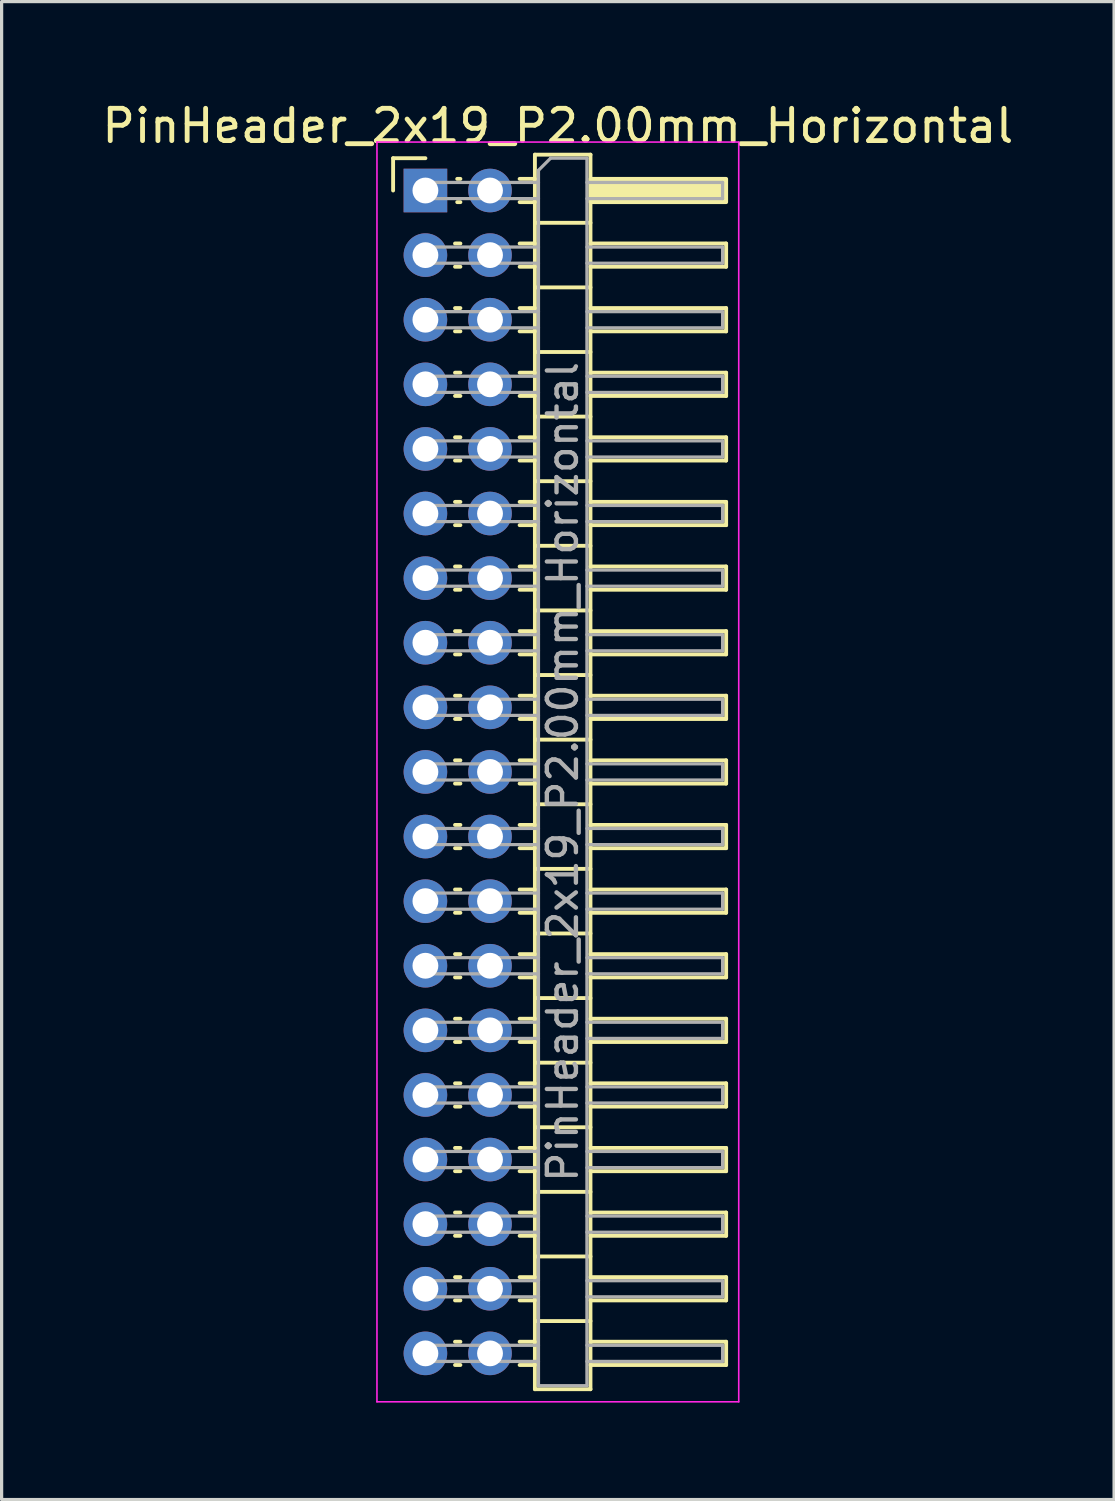
<source format=kicad_pcb>
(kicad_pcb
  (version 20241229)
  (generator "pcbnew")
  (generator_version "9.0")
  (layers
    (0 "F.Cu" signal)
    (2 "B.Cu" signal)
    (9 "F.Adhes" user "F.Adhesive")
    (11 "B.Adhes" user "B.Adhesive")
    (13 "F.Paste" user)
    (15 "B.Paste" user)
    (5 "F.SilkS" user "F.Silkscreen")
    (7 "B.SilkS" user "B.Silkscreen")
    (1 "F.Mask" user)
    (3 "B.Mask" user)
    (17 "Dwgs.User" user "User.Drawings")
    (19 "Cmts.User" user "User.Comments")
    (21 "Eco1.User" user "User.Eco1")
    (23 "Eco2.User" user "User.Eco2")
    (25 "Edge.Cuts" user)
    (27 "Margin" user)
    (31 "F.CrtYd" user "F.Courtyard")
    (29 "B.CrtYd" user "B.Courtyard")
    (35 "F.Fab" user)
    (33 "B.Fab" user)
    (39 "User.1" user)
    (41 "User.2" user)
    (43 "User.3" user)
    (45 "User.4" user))
  (footprint "PinHeader_2x19_P2.00mm_Horizontal"
    (layer "F.Cu")
    (at 10.12 2.848)
    (property "Reference" "PinHeader_2x19_P2.00mm_Horizontal" (at 4.1 -2 0) (layer "F.SilkS") (effects (font (size 1 1) (thickness 0.15))))
    (attr through_hole)
    (fp_line (start -1 -1) (end 0 -1) (stroke (width 0.12) (type solid)) (layer "F.SilkS"))
    (fp_line (start -1 0) (end -1 -1) (stroke (width 0.12) (type solid)) (layer "F.SilkS"))
    (fp_line (start 0.917 1.64) (end 1.083 1.64) (stroke (width 0.12) (type solid)) (layer "F.SilkS"))
    (fp_line (start 0.917 2.36) (end 1.083 2.36) (stroke (width 0.12) (type solid)) (layer "F.SilkS"))
    (fp_line (start 0.917 3.64) (end 1.083 3.64) (stroke (width 0.12) (type solid)) (layer "F.SilkS"))
    (fp_line (start 0.917 4.36) (end 1.083 4.36) (stroke (width 0.12) (type solid)) (layer "F.SilkS"))
    (fp_line (start 0.917 5.64) (end 1.083 5.64) (stroke (width 0.12) (type solid)) (layer "F.SilkS"))
    (fp_line (start 0.917 6.36) (end 1.083 6.36) (stroke (width 0.12) (type solid)) (layer "F.SilkS"))
    (fp_line (start 0.917 7.64) (end 1.083 7.64) (stroke (width 0.12) (type solid)) (layer "F.SilkS"))
    (fp_line (start 0.917 8.36) (end 1.083 8.36) (stroke (width 0.12) (type solid)) (layer "F.SilkS"))
    (fp_line (start 0.917 9.64) (end 1.083 9.64) (stroke (width 0.12) (type solid)) (layer "F.SilkS"))
    (fp_line (start 0.917 10.36) (end 1.083 10.36) (stroke (width 0.12) (type solid)) (layer "F.SilkS"))
    (fp_line (start 0.917 11.64) (end 1.083 11.64) (stroke (width 0.12) (type solid)) (layer "F.SilkS"))
    (fp_line (start 0.917 12.36) (end 1.083 12.36) (stroke (width 0.12) (type solid)) (layer "F.SilkS"))
    (fp_line (start 0.917 13.64) (end 1.083 13.64) (stroke (width 0.12) (type solid)) (layer "F.SilkS"))
    (fp_line (start 0.917 14.36) (end 1.083 14.36) (stroke (width 0.12) (type solid)) (layer "F.SilkS"))
    (fp_line (start 0.917 15.64) (end 1.083 15.64) (stroke (width 0.12) (type solid)) (layer "F.SilkS"))
    (fp_line (start 0.917 16.36) (end 1.083 16.36) (stroke (width 0.12) (type solid)) (layer "F.SilkS"))
    (fp_line (start 0.917 17.64) (end 1.083 17.64) (stroke (width 0.12) (type solid)) (layer "F.SilkS"))
    (fp_line (start 0.917 18.36) (end 1.083 18.36) (stroke (width 0.12) (type solid)) (layer "F.SilkS"))
    (fp_line (start 0.917 19.64) (end 1.083 19.64) (stroke (width 0.12) (type solid)) (layer "F.SilkS"))
    (fp_line (start 0.917 20.36) (end 1.083 20.36) (stroke (width 0.12) (type solid)) (layer "F.SilkS"))
    (fp_line (start 0.917 21.64) (end 1.083 21.64) (stroke (width 0.12) (type solid)) (layer "F.SilkS"))
    (fp_line (start 0.917 22.36) (end 1.083 22.36) (stroke (width 0.12) (type solid)) (layer "F.SilkS"))
    (fp_line (start 0.917 23.64) (end 1.083 23.64) (stroke (width 0.12) (type solid)) (layer "F.SilkS"))
    (fp_line (start 0.917 24.36) (end 1.083 24.36) (stroke (width 0.12) (type solid)) (layer "F.SilkS"))
    (fp_line (start 0.917 25.64) (end 1.083 25.64) (stroke (width 0.12) (type solid)) (layer "F.SilkS"))
    (fp_line (start 0.917 26.36) (end 1.083 26.36) (stroke (width 0.12) (type solid)) (layer "F.SilkS"))
    (fp_line (start 0.917 27.64) (end 1.083 27.64) (stroke (width 0.12) (type solid)) (layer "F.SilkS"))
    (fp_line (start 0.917 28.36) (end 1.083 28.36) (stroke (width 0.12) (type solid)) (layer "F.SilkS"))
    (fp_line (start 0.917 29.64) (end 1.083 29.64) (stroke (width 0.12) (type solid)) (layer "F.SilkS"))
    (fp_line (start 0.917 30.36) (end 1.083 30.36) (stroke (width 0.12) (type solid)) (layer "F.SilkS"))
    (fp_line (start 0.917 31.64) (end 1.083 31.64) (stroke (width 0.12) (type solid)) (layer "F.SilkS"))
    (fp_line (start 0.917 32.36) (end 1.083 32.36) (stroke (width 0.12) (type solid)) (layer "F.SilkS"))
    (fp_line (start 0.917 33.64) (end 1.083 33.64) (stroke (width 0.12) (type solid)) (layer "F.SilkS"))
    (fp_line (start 0.917 34.36) (end 1.083 34.36) (stroke (width 0.12) (type solid)) (layer "F.SilkS"))
    (fp_line (start 0.917 35.64) (end 1.083 35.64) (stroke (width 0.12) (type solid)) (layer "F.SilkS"))
    (fp_line (start 0.917 36.36) (end 1.083 36.36) (stroke (width 0.12) (type solid)) (layer "F.SilkS"))
    (fp_line (start 0.985 -0.36) (end 1.083 -0.36) (stroke (width 0.12) (type solid)) (layer "F.SilkS"))
    (fp_line (start 0.985 0.36) (end 1.083 0.36) (stroke (width 0.12) (type solid)) (layer "F.SilkS"))
    (fp_line (start 2.917 -0.36) (end 3.39 -0.36) (stroke (width 0.12) (type solid)) (layer "F.SilkS"))
    (fp_line (start 2.917 0.36) (end 3.39 0.36) (stroke (width 0.12) (type solid)) (layer "F.SilkS"))
    (fp_line (start 2.917 1.64) (end 3.39 1.64) (stroke (width 0.12) (type solid)) (layer "F.SilkS"))
    (fp_line (start 2.917 2.36) (end 3.39 2.36) (stroke (width 0.12) (type solid)) (layer "F.SilkS"))
    (fp_line (start 2.917 3.64) (end 3.39 3.64) (stroke (width 0.12) (type solid)) (layer "F.SilkS"))
    (fp_line (start 2.917 4.36) (end 3.39 4.36) (stroke (width 0.12) (type solid)) (layer "F.SilkS"))
    (fp_line (start 2.917 5.64) (end 3.39 5.64) (stroke (width 0.12) (type solid)) (layer "F.SilkS"))
    (fp_line (start 2.917 6.36) (end 3.39 6.36) (stroke (width 0.12) (type solid)) (layer "F.SilkS"))
    (fp_line (start 2.917 7.64) (end 3.39 7.64) (stroke (width 0.12) (type solid)) (layer "F.SilkS"))
    (fp_line (start 2.917 8.36) (end 3.39 8.36) (stroke (width 0.12) (type solid)) (layer "F.SilkS"))
    (fp_line (start 2.917 9.64) (end 3.39 9.64) (stroke (width 0.12) (type solid)) (layer "F.SilkS"))
    (fp_line (start 2.917 10.36) (end 3.39 10.36) (stroke (width 0.12) (type solid)) (layer "F.SilkS"))
    (fp_line (start 2.917 11.64) (end 3.39 11.64) (stroke (width 0.12) (type solid)) (layer "F.SilkS"))
    (fp_line (start 2.917 12.36) (end 3.39 12.36) (stroke (width 0.12) (type solid)) (layer "F.SilkS"))
    (fp_line (start 2.917 13.64) (end 3.39 13.64) (stroke (width 0.12) (type solid)) (layer "F.SilkS"))
    (fp_line (start 2.917 14.36) (end 3.39 14.36) (stroke (width 0.12) (type solid)) (layer "F.SilkS"))
    (fp_line (start 2.917 15.64) (end 3.39 15.64) (stroke (width 0.12) (type solid)) (layer "F.SilkS"))
    (fp_line (start 2.917 16.36) (end 3.39 16.36) (stroke (width 0.12) (type solid)) (layer "F.SilkS"))
    (fp_line (start 2.917 17.64) (end 3.39 17.64) (stroke (width 0.12) (type solid)) (layer "F.SilkS"))
    (fp_line (start 2.917 18.36) (end 3.39 18.36) (stroke (width 0.12) (type solid)) (layer "F.SilkS"))
    (fp_line (start 2.917 19.64) (end 3.39 19.64) (stroke (width 0.12) (type solid)) (layer "F.SilkS"))
    (fp_line (start 2.917 20.36) (end 3.39 20.36) (stroke (width 0.12) (type solid)) (layer "F.SilkS"))
    (fp_line (start 2.917 21.64) (end 3.39 21.64) (stroke (width 0.12) (type solid)) (layer "F.SilkS"))
    (fp_line (start 2.917 22.36) (end 3.39 22.36) (stroke (width 0.12) (type solid)) (layer "F.SilkS"))
    (fp_line (start 2.917 23.64) (end 3.39 23.64) (stroke (width 0.12) (type solid)) (layer "F.SilkS"))
    (fp_line (start 2.917 24.36) (end 3.39 24.36) (stroke (width 0.12) (type solid)) (layer "F.SilkS"))
    (fp_line (start 2.917 25.64) (end 3.39 25.64) (stroke (width 0.12) (type solid)) (layer "F.SilkS"))
    (fp_line (start 2.917 26.36) (end 3.39 26.36) (stroke (width 0.12) (type solid)) (layer "F.SilkS"))
    (fp_line (start 2.917 27.64) (end 3.39 27.64) (stroke (width 0.12) (type solid)) (layer "F.SilkS"))
    (fp_line (start 2.917 28.36) (end 3.39 28.36) (stroke (width 0.12) (type solid)) (layer "F.SilkS"))
    (fp_line (start 2.917 29.64) (end 3.39 29.64) (stroke (width 0.12) (type solid)) (layer "F.SilkS"))
    (fp_line (start 2.917 30.36) (end 3.39 30.36) (stroke (width 0.12) (type solid)) (layer "F.SilkS"))
    (fp_line (start 2.917 31.64) (end 3.39 31.64) (stroke (width 0.12) (type solid)) (layer "F.SilkS"))
    (fp_line (start 2.917 32.36) (end 3.39 32.36) (stroke (width 0.12) (type solid)) (layer "F.SilkS"))
    (fp_line (start 2.917 33.64) (end 3.39 33.64) (stroke (width 0.12) (type solid)) (layer "F.SilkS"))
    (fp_line (start 2.917 34.36) (end 3.39 34.36) (stroke (width 0.12) (type solid)) (layer "F.SilkS"))
    (fp_line (start 2.917 35.64) (end 3.39 35.64) (stroke (width 0.12) (type solid)) (layer "F.SilkS"))
    (fp_line (start 2.917 36.36) (end 3.39 36.36) (stroke (width 0.12) (type solid)) (layer "F.SilkS"))
    (fp_line (start 3.39 -1.11) (end 3.39 37.11) (stroke (width 0.12) (type solid)) (layer "F.SilkS"))
    (fp_line (start 3.39 1) (end 5.11 1) (stroke (width 0.12) (type solid)) (layer "F.SilkS"))
    (fp_line (start 3.39 3) (end 5.11 3) (stroke (width 0.12) (type solid)) (layer "F.SilkS"))
    (fp_line (start 3.39 5) (end 5.11 5) (stroke (width 0.12) (type solid)) (layer "F.SilkS"))
    (fp_line (start 3.39 7) (end 5.11 7) (stroke (width 0.12) (type solid)) (layer "F.SilkS"))
    (fp_line (start 3.39 9) (end 5.11 9) (stroke (width 0.12) (type solid)) (layer "F.SilkS"))
    (fp_line (start 3.39 11) (end 5.11 11) (stroke (width 0.12) (type solid)) (layer "F.SilkS"))
    (fp_line (start 3.39 13) (end 5.11 13) (stroke (width 0.12) (type solid)) (layer "F.SilkS"))
    (fp_line (start 3.39 15) (end 5.11 15) (stroke (width 0.12) (type solid)) (layer "F.SilkS"))
    (fp_line (start 3.39 17) (end 5.11 17) (stroke (width 0.12) (type solid)) (layer "F.SilkS"))
    (fp_line (start 3.39 19) (end 5.11 19) (stroke (width 0.12) (type solid)) (layer "F.SilkS"))
    (fp_line (start 3.39 21) (end 5.11 21) (stroke (width 0.12) (type solid)) (layer "F.SilkS"))
    (fp_line (start 3.39 23) (end 5.11 23) (stroke (width 0.12) (type solid)) (layer "F.SilkS"))
    (fp_line (start 3.39 25) (end 5.11 25) (stroke (width 0.12) (type solid)) (layer "F.SilkS"))
    (fp_line (start 3.39 27) (end 5.11 27) (stroke (width 0.12) (type solid)) (layer "F.SilkS"))
    (fp_line (start 3.39 29) (end 5.11 29) (stroke (width 0.12) (type solid)) (layer "F.SilkS"))
    (fp_line (start 3.39 31) (end 5.11 31) (stroke (width 0.12) (type solid)) (layer "F.SilkS"))
    (fp_line (start 3.39 33) (end 5.11 33) (stroke (width 0.12) (type solid)) (layer "F.SilkS"))
    (fp_line (start 3.39 35) (end 5.11 35) (stroke (width 0.12) (type solid)) (layer "F.SilkS"))
    (fp_line (start 3.39 37.11) (end 5.11 37.11) (stroke (width 0.12) (type solid)) (layer "F.SilkS"))
    (fp_line (start 5.11 -1.11) (end 3.39 -1.11) (stroke (width 0.12) (type solid)) (layer "F.SilkS"))
    (fp_line (start 5.11 1.64) (end 9.31 1.64) (stroke (width 0.12) (type solid)) (layer "F.SilkS"))
    (fp_line (start 5.11 3.64) (end 9.31 3.64) (stroke (width 0.12) (type solid)) (layer "F.SilkS"))
    (fp_line (start 5.11 5.64) (end 9.31 5.64) (stroke (width 0.12) (type solid)) (layer "F.SilkS"))
    (fp_line (start 5.11 7.64) (end 9.31 7.64) (stroke (width 0.12) (type solid)) (layer "F.SilkS"))
    (fp_line (start 5.11 9.64) (end 9.31 9.64) (stroke (width 0.12) (type solid)) (layer "F.SilkS"))
    (fp_line (start 5.11 11.64) (end 9.31 11.64) (stroke (width 0.12) (type solid)) (layer "F.SilkS"))
    (fp_line (start 5.11 13.64) (end 9.31 13.64) (stroke (width 0.12) (type solid)) (layer "F.SilkS"))
    (fp_line (start 5.11 15.64) (end 9.31 15.64) (stroke (width 0.12) (type solid)) (layer "F.SilkS"))
    (fp_line (start 5.11 17.64) (end 9.31 17.64) (stroke (width 0.12) (type solid)) (layer "F.SilkS"))
    (fp_line (start 5.11 19.64) (end 9.31 19.64) (stroke (width 0.12) (type solid)) (layer "F.SilkS"))
    (fp_line (start 5.11 21.64) (end 9.31 21.64) (stroke (width 0.12) (type solid)) (layer "F.SilkS"))
    (fp_line (start 5.11 23.64) (end 9.31 23.64) (stroke (width 0.12) (type solid)) (layer "F.SilkS"))
    (fp_line (start 5.11 25.64) (end 9.31 25.64) (stroke (width 0.12) (type solid)) (layer "F.SilkS"))
    (fp_line (start 5.11 27.64) (end 9.31 27.64) (stroke (width 0.12) (type solid)) (layer "F.SilkS"))
    (fp_line (start 5.11 29.64) (end 9.31 29.64) (stroke (width 0.12) (type solid)) (layer "F.SilkS"))
    (fp_line (start 5.11 31.64) (end 9.31 31.64) (stroke (width 0.12) (type solid)) (layer "F.SilkS"))
    (fp_line (start 5.11 33.64) (end 9.31 33.64) (stroke (width 0.12) (type solid)) (layer "F.SilkS"))
    (fp_line (start 5.11 35.64) (end 9.31 35.64) (stroke (width 0.12) (type solid)) (layer "F.SilkS"))
    (fp_line (start 5.11 37.11) (end 5.11 -1.11) (stroke (width 0.12) (type solid)) (layer "F.SilkS"))
    (fp_line (start 9.31 1.64) (end 9.31 2.36) (stroke (width 0.12) (type solid)) (layer "F.SilkS"))
    (fp_line (start 9.31 2.36) (end 5.11 2.36) (stroke (width 0.12) (type solid)) (layer "F.SilkS"))
    (fp_line (start 9.31 3.64) (end 9.31 4.36) (stroke (width 0.12) (type solid)) (layer "F.SilkS"))
    (fp_line (start 9.31 4.36) (end 5.11 4.36) (stroke (width 0.12) (type solid)) (layer "F.SilkS"))
    (fp_line (start 9.31 5.64) (end 9.31 6.36) (stroke (width 0.12) (type solid)) (layer "F.SilkS"))
    (fp_line (start 9.31 6.36) (end 5.11 6.36) (stroke (width 0.12) (type solid)) (layer "F.SilkS"))
    (fp_line (start 9.31 7.64) (end 9.31 8.36) (stroke (width 0.12) (type solid)) (layer "F.SilkS"))
    (fp_line (start 9.31 8.36) (end 5.11 8.36) (stroke (width 0.12) (type solid)) (layer "F.SilkS"))
    (fp_line (start 9.31 9.64) (end 9.31 10.36) (stroke (width 0.12) (type solid)) (layer "F.SilkS"))
    (fp_line (start 9.31 10.36) (end 5.11 10.36) (stroke (width 0.12) (type solid)) (layer "F.SilkS"))
    (fp_line (start 9.31 11.64) (end 9.31 12.36) (stroke (width 0.12) (type solid)) (layer "F.SilkS"))
    (fp_line (start 9.31 12.36) (end 5.11 12.36) (stroke (width 0.12) (type solid)) (layer "F.SilkS"))
    (fp_line (start 9.31 13.64) (end 9.31 14.36) (stroke (width 0.12) (type solid)) (layer "F.SilkS"))
    (fp_line (start 9.31 14.36) (end 5.11 14.36) (stroke (width 0.12) (type solid)) (layer "F.SilkS"))
    (fp_line (start 9.31 15.64) (end 9.31 16.36) (stroke (width 0.12) (type solid)) (layer "F.SilkS"))
    (fp_line (start 9.31 16.36) (end 5.11 16.36) (stroke (width 0.12) (type solid)) (layer "F.SilkS"))
    (fp_line (start 9.31 17.64) (end 9.31 18.36) (stroke (width 0.12) (type solid)) (layer "F.SilkS"))
    (fp_line (start 9.31 18.36) (end 5.11 18.36) (stroke (width 0.12) (type solid)) (layer "F.SilkS"))
    (fp_line (start 9.31 19.64) (end 9.31 20.36) (stroke (width 0.12) (type solid)) (layer "F.SilkS"))
    (fp_line (start 9.31 20.36) (end 5.11 20.36) (stroke (width 0.12) (type solid)) (layer "F.SilkS"))
    (fp_line (start 9.31 21.64) (end 9.31 22.36) (stroke (width 0.12) (type solid)) (layer "F.SilkS"))
    (fp_line (start 9.31 22.36) (end 5.11 22.36) (stroke (width 0.12) (type solid)) (layer "F.SilkS"))
    (fp_line (start 9.31 23.64) (end 9.31 24.36) (stroke (width 0.12) (type solid)) (layer "F.SilkS"))
    (fp_line (start 9.31 24.36) (end 5.11 24.36) (stroke (width 0.12) (type solid)) (layer "F.SilkS"))
    (fp_line (start 9.31 25.64) (end 9.31 26.36) (stroke (width 0.12) (type solid)) (layer "F.SilkS"))
    (fp_line (start 9.31 26.36) (end 5.11 26.36) (stroke (width 0.12) (type solid)) (layer "F.SilkS"))
    (fp_line (start 9.31 27.64) (end 9.31 28.36) (stroke (width 0.12) (type solid)) (layer "F.SilkS"))
    (fp_line (start 9.31 28.36) (end 5.11 28.36) (stroke (width 0.12) (type solid)) (layer "F.SilkS"))
    (fp_line (start 9.31 29.64) (end 9.31 30.36) (stroke (width 0.12) (type solid)) (layer "F.SilkS"))
    (fp_line (start 9.31 30.36) (end 5.11 30.36) (stroke (width 0.12) (type solid)) (layer "F.SilkS"))
    (fp_line (start 9.31 31.64) (end 9.31 32.36) (stroke (width 0.12) (type solid)) (layer "F.SilkS"))
    (fp_line (start 9.31 32.36) (end 5.11 32.36) (stroke (width 0.12) (type solid)) (layer "F.SilkS"))
    (fp_line (start 9.31 33.64) (end 9.31 34.36) (stroke (width 0.12) (type solid)) (layer "F.SilkS"))
    (fp_line (start 9.31 34.36) (end 5.11 34.36) (stroke (width 0.12) (type solid)) (layer "F.SilkS"))
    (fp_line (start 9.31 35.64) (end 9.31 36.36) (stroke (width 0.12) (type solid)) (layer "F.SilkS"))
    (fp_line (start 9.31 36.36) (end 5.11 36.36) (stroke (width 0.12) (type solid)) (layer "F.SilkS"))
    (fp_rect (start 5.11 -0.36) (end 9.31 0.36) (stroke (width 0.12) (type solid)) (fill yes) (layer "F.SilkS"))
    (fp_line (start -1.5 -1.5) (end -1.5 37.5) (stroke (width 0.05) (type solid)) (layer "F.CrtYd"))
    (fp_line (start -1.5 37.5) (end 9.7 37.5) (stroke (width 0.05) (type solid)) (layer "F.CrtYd"))
    (fp_line (start 9.7 -1.5) (end -1.5 -1.5) (stroke (width 0.05) (type solid)) (layer "F.CrtYd"))
    (fp_line (start 9.7 37.5) (end 9.7 -1.5) (stroke (width 0.05) (type solid)) (layer "F.CrtYd"))
    (fp_line (start -0.25 -0.25) (end -0.25 0.25) (stroke (width 0.1) (type solid)) (layer "F.Fab"))
    (fp_line (start -0.25 -0.25) (end 3.5 -0.25) (stroke (width 0.1) (type solid)) (layer "F.Fab"))
    (fp_line (start -0.25 0.25) (end 3.5 0.25) (stroke (width 0.1) (type solid)) (layer "F.Fab"))
    (fp_line (start -0.25 1.75) (end -0.25 2.25) (stroke (width 0.1) (type solid)) (layer "F.Fab"))
    (fp_line (start -0.25 1.75) (end 3.5 1.75) (stroke (width 0.1) (type solid)) (layer "F.Fab"))
    (fp_line (start -0.25 2.25) (end 3.5 2.25) (stroke (width 0.1) (type solid)) (layer "F.Fab"))
    (fp_line (start -0.25 3.75) (end -0.25 4.25) (stroke (width 0.1) (type solid)) (layer "F.Fab"))
    (fp_line (start -0.25 3.75) (end 3.5 3.75) (stroke (width 0.1) (type solid)) (layer "F.Fab"))
    (fp_line (start -0.25 4.25) (end 3.5 4.25) (stroke (width 0.1) (type solid)) (layer "F.Fab"))
    (fp_line (start -0.25 5.75) (end -0.25 6.25) (stroke (width 0.1) (type solid)) (layer "F.Fab"))
    (fp_line (start -0.25 5.75) (end 3.5 5.75) (stroke (width 0.1) (type solid)) (layer "F.Fab"))
    (fp_line (start -0.25 6.25) (end 3.5 6.25) (stroke (width 0.1) (type solid)) (layer "F.Fab"))
    (fp_line (start -0.25 7.75) (end -0.25 8.25) (stroke (width 0.1) (type solid)) (layer "F.Fab"))
    (fp_line (start -0.25 7.75) (end 3.5 7.75) (stroke (width 0.1) (type solid)) (layer "F.Fab"))
    (fp_line (start -0.25 8.25) (end 3.5 8.25) (stroke (width 0.1) (type solid)) (layer "F.Fab"))
    (fp_line (start -0.25 9.75) (end -0.25 10.25) (stroke (width 0.1) (type solid)) (layer "F.Fab"))
    (fp_line (start -0.25 9.75) (end 3.5 9.75) (stroke (width 0.1) (type solid)) (layer "F.Fab"))
    (fp_line (start -0.25 10.25) (end 3.5 10.25) (stroke (width 0.1) (type solid)) (layer "F.Fab"))
    (fp_line (start -0.25 11.75) (end -0.25 12.25) (stroke (width 0.1) (type solid)) (layer "F.Fab"))
    (fp_line (start -0.25 11.75) (end 3.5 11.75) (stroke (width 0.1) (type solid)) (layer "F.Fab"))
    (fp_line (start -0.25 12.25) (end 3.5 12.25) (stroke (width 0.1) (type solid)) (layer "F.Fab"))
    (fp_line (start -0.25 13.75) (end -0.25 14.25) (stroke (width 0.1) (type solid)) (layer "F.Fab"))
    (fp_line (start -0.25 13.75) (end 3.5 13.75) (stroke (width 0.1) (type solid)) (layer "F.Fab"))
    (fp_line (start -0.25 14.25) (end 3.5 14.25) (stroke (width 0.1) (type solid)) (layer "F.Fab"))
    (fp_line (start -0.25 15.75) (end -0.25 16.25) (stroke (width 0.1) (type solid)) (layer "F.Fab"))
    (fp_line (start -0.25 15.75) (end 3.5 15.75) (stroke (width 0.1) (type solid)) (layer "F.Fab"))
    (fp_line (start -0.25 16.25) (end 3.5 16.25) (stroke (width 0.1) (type solid)) (layer "F.Fab"))
    (fp_line (start -0.25 17.75) (end -0.25 18.25) (stroke (width 0.1) (type solid)) (layer "F.Fab"))
    (fp_line (start -0.25 17.75) (end 3.5 17.75) (stroke (width 0.1) (type solid)) (layer "F.Fab"))
    (fp_line (start -0.25 18.25) (end 3.5 18.25) (stroke (width 0.1) (type solid)) (layer "F.Fab"))
    (fp_line (start -0.25 19.75) (end -0.25 20.25) (stroke (width 0.1) (type solid)) (layer "F.Fab"))
    (fp_line (start -0.25 19.75) (end 3.5 19.75) (stroke (width 0.1) (type solid)) (layer "F.Fab"))
    (fp_line (start -0.25 20.25) (end 3.5 20.25) (stroke (width 0.1) (type solid)) (layer "F.Fab"))
    (fp_line (start -0.25 21.75) (end -0.25 22.25) (stroke (width 0.1) (type solid)) (layer "F.Fab"))
    (fp_line (start -0.25 21.75) (end 3.5 21.75) (stroke (width 0.1) (type solid)) (layer "F.Fab"))
    (fp_line (start -0.25 22.25) (end 3.5 22.25) (stroke (width 0.1) (type solid)) (layer "F.Fab"))
    (fp_line (start -0.25 23.75) (end -0.25 24.25) (stroke (width 0.1) (type solid)) (layer "F.Fab"))
    (fp_line (start -0.25 23.75) (end 3.5 23.75) (stroke (width 0.1) (type solid)) (layer "F.Fab"))
    (fp_line (start -0.25 24.25) (end 3.5 24.25) (stroke (width 0.1) (type solid)) (layer "F.Fab"))
    (fp_line (start -0.25 25.75) (end -0.25 26.25) (stroke (width 0.1) (type solid)) (layer "F.Fab"))
    (fp_line (start -0.25 25.75) (end 3.5 25.75) (stroke (width 0.1) (type solid)) (layer "F.Fab"))
    (fp_line (start -0.25 26.25) (end 3.5 26.25) (stroke (width 0.1) (type solid)) (layer "F.Fab"))
    (fp_line (start -0.25 27.75) (end -0.25 28.25) (stroke (width 0.1) (type solid)) (layer "F.Fab"))
    (fp_line (start -0.25 27.75) (end 3.5 27.75) (stroke (width 0.1) (type solid)) (layer "F.Fab"))
    (fp_line (start -0.25 28.25) (end 3.5 28.25) (stroke (width 0.1) (type solid)) (layer "F.Fab"))
    (fp_line (start -0.25 29.75) (end -0.25 30.25) (stroke (width 0.1) (type solid)) (layer "F.Fab"))
    (fp_line (start -0.25 29.75) (end 3.5 29.75) (stroke (width 0.1) (type solid)) (layer "F.Fab"))
    (fp_line (start -0.25 30.25) (end 3.5 30.25) (stroke (width 0.1) (type solid)) (layer "F.Fab"))
    (fp_line (start -0.25 31.75) (end -0.25 32.25) (stroke (width 0.1) (type solid)) (layer "F.Fab"))
    (fp_line (start -0.25 31.75) (end 3.5 31.75) (stroke (width 0.1) (type solid)) (layer "F.Fab"))
    (fp_line (start -0.25 32.25) (end 3.5 32.25) (stroke (width 0.1) (type solid)) (layer "F.Fab"))
    (fp_line (start -0.25 33.75) (end -0.25 34.25) (stroke (width 0.1) (type solid)) (layer "F.Fab"))
    (fp_line (start -0.25 33.75) (end 3.5 33.75) (stroke (width 0.1) (type solid)) (layer "F.Fab"))
    (fp_line (start -0.25 34.25) (end 3.5 34.25) (stroke (width 0.1) (type solid)) (layer "F.Fab"))
    (fp_line (start -0.25 35.75) (end -0.25 36.25) (stroke (width 0.1) (type solid)) (layer "F.Fab"))
    (fp_line (start -0.25 35.75) (end 3.5 35.75) (stroke (width 0.1) (type solid)) (layer "F.Fab"))
    (fp_line (start -0.25 36.25) (end 3.5 36.25) (stroke (width 0.1) (type solid)) (layer "F.Fab"))
    (fp_line (start 3.5 -0.625) (end 3.875 -1) (stroke (width 0.1) (type solid)) (layer "F.Fab"))
    (fp_line (start 3.5 37) (end 3.5 -0.625) (stroke (width 0.1) (type solid)) (layer "F.Fab"))
    (fp_line (start 3.875 -1) (end 5 -1) (stroke (width 0.1) (type solid)) (layer "F.Fab"))
    (fp_line (start 5 -1) (end 5 37) (stroke (width 0.1) (type solid)) (layer "F.Fab"))
    (fp_line (start 5 -0.25) (end 9.2 -0.25) (stroke (width 0.1) (type solid)) (layer "F.Fab"))
    (fp_line (start 5 0.25) (end 9.2 0.25) (stroke (width 0.1) (type solid)) (layer "F.Fab"))
    (fp_line (start 5 1.75) (end 9.2 1.75) (stroke (width 0.1) (type solid)) (layer "F.Fab"))
    (fp_line (start 5 2.25) (end 9.2 2.25) (stroke (width 0.1) (type solid)) (layer "F.Fab"))
    (fp_line (start 5 3.75) (end 9.2 3.75) (stroke (width 0.1) (type solid)) (layer "F.Fab"))
    (fp_line (start 5 4.25) (end 9.2 4.25) (stroke (width 0.1) (type solid)) (layer "F.Fab"))
    (fp_line (start 5 5.75) (end 9.2 5.75) (stroke (width 0.1) (type solid)) (layer "F.Fab"))
    (fp_line (start 5 6.25) (end 9.2 6.25) (stroke (width 0.1) (type solid)) (layer "F.Fab"))
    (fp_line (start 5 7.75) (end 9.2 7.75) (stroke (width 0.1) (type solid)) (layer "F.Fab"))
    (fp_line (start 5 8.25) (end 9.2 8.25) (stroke (width 0.1) (type solid)) (layer "F.Fab"))
    (fp_line (start 5 9.75) (end 9.2 9.75) (stroke (width 0.1) (type solid)) (layer "F.Fab"))
    (fp_line (start 5 10.25) (end 9.2 10.25) (stroke (width 0.1) (type solid)) (layer "F.Fab"))
    (fp_line (start 5 11.75) (end 9.2 11.75) (stroke (width 0.1) (type solid)) (layer "F.Fab"))
    (fp_line (start 5 12.25) (end 9.2 12.25) (stroke (width 0.1) (type solid)) (layer "F.Fab"))
    (fp_line (start 5 13.75) (end 9.2 13.75) (stroke (width 0.1) (type solid)) (layer "F.Fab"))
    (fp_line (start 5 14.25) (end 9.2 14.25) (stroke (width 0.1) (type solid)) (layer "F.Fab"))
    (fp_line (start 5 15.75) (end 9.2 15.75) (stroke (width 0.1) (type solid)) (layer "F.Fab"))
    (fp_line (start 5 16.25) (end 9.2 16.25) (stroke (width 0.1) (type solid)) (layer "F.Fab"))
    (fp_line (start 5 17.75) (end 9.2 17.75) (stroke (width 0.1) (type solid)) (layer "F.Fab"))
    (fp_line (start 5 18.25) (end 9.2 18.25) (stroke (width 0.1) (type solid)) (layer "F.Fab"))
    (fp_line (start 5 19.75) (end 9.2 19.75) (stroke (width 0.1) (type solid)) (layer "F.Fab"))
    (fp_line (start 5 20.25) (end 9.2 20.25) (stroke (width 0.1) (type solid)) (layer "F.Fab"))
    (fp_line (start 5 21.75) (end 9.2 21.75) (stroke (width 0.1) (type solid)) (layer "F.Fab"))
    (fp_line (start 5 22.25) (end 9.2 22.25) (stroke (width 0.1) (type solid)) (layer "F.Fab"))
    (fp_line (start 5 23.75) (end 9.2 23.75) (stroke (width 0.1) (type solid)) (layer "F.Fab"))
    (fp_line (start 5 24.25) (end 9.2 24.25) (stroke (width 0.1) (type solid)) (layer "F.Fab"))
    (fp_line (start 5 25.75) (end 9.2 25.75) (stroke (width 0.1) (type solid)) (layer "F.Fab"))
    (fp_line (start 5 26.25) (end 9.2 26.25) (stroke (width 0.1) (type solid)) (layer "F.Fab"))
    (fp_line (start 5 27.75) (end 9.2 27.75) (stroke (width 0.1) (type solid)) (layer "F.Fab"))
    (fp_line (start 5 28.25) (end 9.2 28.25) (stroke (width 0.1) (type solid)) (layer "F.Fab"))
    (fp_line (start 5 29.75) (end 9.2 29.75) (stroke (width 0.1) (type solid)) (layer "F.Fab"))
    (fp_line (start 5 30.25) (end 9.2 30.25) (stroke (width 0.1) (type solid)) (layer "F.Fab"))
    (fp_line (start 5 31.75) (end 9.2 31.75) (stroke (width 0.1) (type solid)) (layer "F.Fab"))
    (fp_line (start 5 32.25) (end 9.2 32.25) (stroke (width 0.1) (type solid)) (layer "F.Fab"))
    (fp_line (start 5 33.75) (end 9.2 33.75) (stroke (width 0.1) (type solid)) (layer "F.Fab"))
    (fp_line (start 5 34.25) (end 9.2 34.25) (stroke (width 0.1) (type solid)) (layer "F.Fab"))
    (fp_line (start 5 35.75) (end 9.2 35.75) (stroke (width 0.1) (type solid)) (layer "F.Fab"))
    (fp_line (start 5 36.25) (end 9.2 36.25) (stroke (width 0.1) (type solid)) (layer "F.Fab"))
    (fp_line (start 5 37) (end 3.5 37) (stroke (width 0.1) (type solid)) (layer "F.Fab"))
    (fp_line (start 9.2 -0.25) (end 9.2 0.25) (stroke (width 0.1) (type solid)) (layer "F.Fab"))
    (fp_line (start 9.2 1.75) (end 9.2 2.25) (stroke (width 0.1) (type solid)) (layer "F.Fab"))
    (fp_line (start 9.2 3.75) (end 9.2 4.25) (stroke (width 0.1) (type solid)) (layer "F.Fab"))
    (fp_line (start 9.2 5.75) (end 9.2 6.25) (stroke (width 0.1) (type solid)) (layer "F.Fab"))
    (fp_line (start 9.2 7.75) (end 9.2 8.25) (stroke (width 0.1) (type solid)) (layer "F.Fab"))
    (fp_line (start 9.2 9.75) (end 9.2 10.25) (stroke (width 0.1) (type solid)) (layer "F.Fab"))
    (fp_line (start 9.2 11.75) (end 9.2 12.25) (stroke (width 0.1) (type solid)) (layer "F.Fab"))
    (fp_line (start 9.2 13.75) (end 9.2 14.25) (stroke (width 0.1) (type solid)) (layer "F.Fab"))
    (fp_line (start 9.2 15.75) (end 9.2 16.25) (stroke (width 0.1) (type solid)) (layer "F.Fab"))
    (fp_line (start 9.2 17.75) (end 9.2 18.25) (stroke (width 0.1) (type solid)) (layer "F.Fab"))
    (fp_line (start 9.2 19.75) (end 9.2 20.25) (stroke (width 0.1) (type solid)) (layer "F.Fab"))
    (fp_line (start 9.2 21.75) (end 9.2 22.25) (stroke (width 0.1) (type solid)) (layer "F.Fab"))
    (fp_line (start 9.2 23.75) (end 9.2 24.25) (stroke (width 0.1) (type solid)) (layer "F.Fab"))
    (fp_line (start 9.2 25.75) (end 9.2 26.25) (stroke (width 0.1) (type solid)) (layer "F.Fab"))
    (fp_line (start 9.2 27.75) (end 9.2 28.25) (stroke (width 0.1) (type solid)) (layer "F.Fab"))
    (fp_line (start 9.2 29.75) (end 9.2 30.25) (stroke (width 0.1) (type solid)) (layer "F.Fab"))
    (fp_line (start 9.2 31.75) (end 9.2 32.25) (stroke (width 0.1) (type solid)) (layer "F.Fab"))
    (fp_line (start 9.2 33.75) (end 9.2 34.25) (stroke (width 0.1) (type solid)) (layer "F.Fab"))
    (fp_line (start 9.2 35.75) (end 9.2 36.25) (stroke (width 0.1) (type solid)) (layer "F.Fab"))
    (fp_text user "${REFERENCE}" (at 4.25 18 90) (layer "F.Fab") (effects (font (size 0.9 0.9) (thickness 0.135))))
    (pad "1" thru_hole rect (at 0 0) (size 1.35 1.35) (drill 0.8) (layers "*.Cu" "*.Mask"))
    (pad "2" thru_hole circle (at 2 0) (size 1.35 1.35) (drill 0.8) (layers "*.Cu" "*.Mask"))
    (pad "3" thru_hole circle (at 0 2) (size 1.35 1.35) (drill 0.8) (layers "*.Cu" "*.Mask"))
    (pad "4" thru_hole circle (at 2 2) (size 1.35 1.35) (drill 0.8) (layers "*.Cu" "*.Mask"))
    (pad "5" thru_hole circle (at 0 4) (size 1.35 1.35) (drill 0.8) (layers "*.Cu" "*.Mask"))
    (pad "6" thru_hole circle (at 2 4) (size 1.35 1.35) (drill 0.8) (layers "*.Cu" "*.Mask"))
    (pad "7" thru_hole circle (at 0 6) (size 1.35 1.35) (drill 0.8) (layers "*.Cu" "*.Mask"))
    (pad "8" thru_hole circle (at 2 6) (size 1.35 1.35) (drill 0.8) (layers "*.Cu" "*.Mask"))
    (pad "9" thru_hole circle (at 0 8) (size 1.35 1.35) (drill 0.8) (layers "*.Cu" "*.Mask"))
    (pad "10" thru_hole circle (at 2 8) (size 1.35 1.35) (drill 0.8) (layers "*.Cu" "*.Mask"))
    (pad "11" thru_hole circle (at 0 10) (size 1.35 1.35) (drill 0.8) (layers "*.Cu" "*.Mask"))
    (pad "12" thru_hole circle (at 2 10) (size 1.35 1.35) (drill 0.8) (layers "*.Cu" "*.Mask"))
    (pad "13" thru_hole circle (at 0 12) (size 1.35 1.35) (drill 0.8) (layers "*.Cu" "*.Mask"))
    (pad "14" thru_hole circle (at 2 12) (size 1.35 1.35) (drill 0.8) (layers "*.Cu" "*.Mask"))
    (pad "15" thru_hole circle (at 0 14) (size 1.35 1.35) (drill 0.8) (layers "*.Cu" "*.Mask"))
    (pad "16" thru_hole circle (at 2 14) (size 1.35 1.35) (drill 0.8) (layers "*.Cu" "*.Mask"))
    (pad "17" thru_hole circle (at 0 16) (size 1.35 1.35) (drill 0.8) (layers "*.Cu" "*.Mask"))
    (pad "18" thru_hole circle (at 2 16) (size 1.35 1.35) (drill 0.8) (layers "*.Cu" "*.Mask"))
    (pad "19" thru_hole circle (at 0 18) (size 1.35 1.35) (drill 0.8) (layers "*.Cu" "*.Mask"))
    (pad "20" thru_hole circle (at 2 18) (size 1.35 1.35) (drill 0.8) (layers "*.Cu" "*.Mask"))
    (pad "21" thru_hole circle (at 0 20) (size 1.35 1.35) (drill 0.8) (layers "*.Cu" "*.Mask"))
    (pad "22" thru_hole circle (at 2 20) (size 1.35 1.35) (drill 0.8) (layers "*.Cu" "*.Mask"))
    (pad "23" thru_hole circle (at 0 22) (size 1.35 1.35) (drill 0.8) (layers "*.Cu" "*.Mask"))
    (pad "24" thru_hole circle (at 2 22) (size 1.35 1.35) (drill 0.8) (layers "*.Cu" "*.Mask"))
    (pad "25" thru_hole circle (at 0 24) (size 1.35 1.35) (drill 0.8) (layers "*.Cu" "*.Mask"))
    (pad "26" thru_hole circle (at 2 24) (size 1.35 1.35) (drill 0.8) (layers "*.Cu" "*.Mask"))
    (pad "27" thru_hole circle (at 0 26) (size 1.35 1.35) (drill 0.8) (layers "*.Cu" "*.Mask"))
    (pad "28" thru_hole circle (at 2 26) (size 1.35 1.35) (drill 0.8) (layers "*.Cu" "*.Mask"))
    (pad "29" thru_hole circle (at 0 28) (size 1.35 1.35) (drill 0.8) (layers "*.Cu" "*.Mask"))
    (pad "30" thru_hole circle (at 2 28) (size 1.35 1.35) (drill 0.8) (layers "*.Cu" "*.Mask"))
    (pad "31" thru_hole circle (at 0 30) (size 1.35 1.35) (drill 0.8) (layers "*.Cu" "*.Mask"))
    (pad "32" thru_hole circle (at 2 30) (size 1.35 1.35) (drill 0.8) (layers "*.Cu" "*.Mask"))
    (pad "33" thru_hole circle (at 0 32) (size 1.35 1.35) (drill 0.8) (layers "*.Cu" "*.Mask"))
    (pad "34" thru_hole circle (at 2 32) (size 1.35 1.35) (drill 0.8) (layers "*.Cu" "*.Mask"))
    (pad "35" thru_hole circle (at 0 34) (size 1.35 1.35) (drill 0.8) (layers "*.Cu" "*.Mask"))
    (pad "36" thru_hole circle (at 2 34) (size 1.35 1.35) (drill 0.8) (layers "*.Cu" "*.Mask"))
    (pad "37" thru_hole circle (at 0 36) (size 1.35 1.35) (drill 0.8) (layers "*.Cu" "*.Mask"))
    (pad "38" thru_hole circle (at 2 36) (size 1.35 1.35) (drill 0.8) (layers "*.Cu" "*.Mask")))
  (gr_rect
    (start -3 -3)
    (end 31.44 43.373)
    (stroke (width 0.1) (type default))
    (fill no)
    (layer "Edge.Cuts")))
</source>
